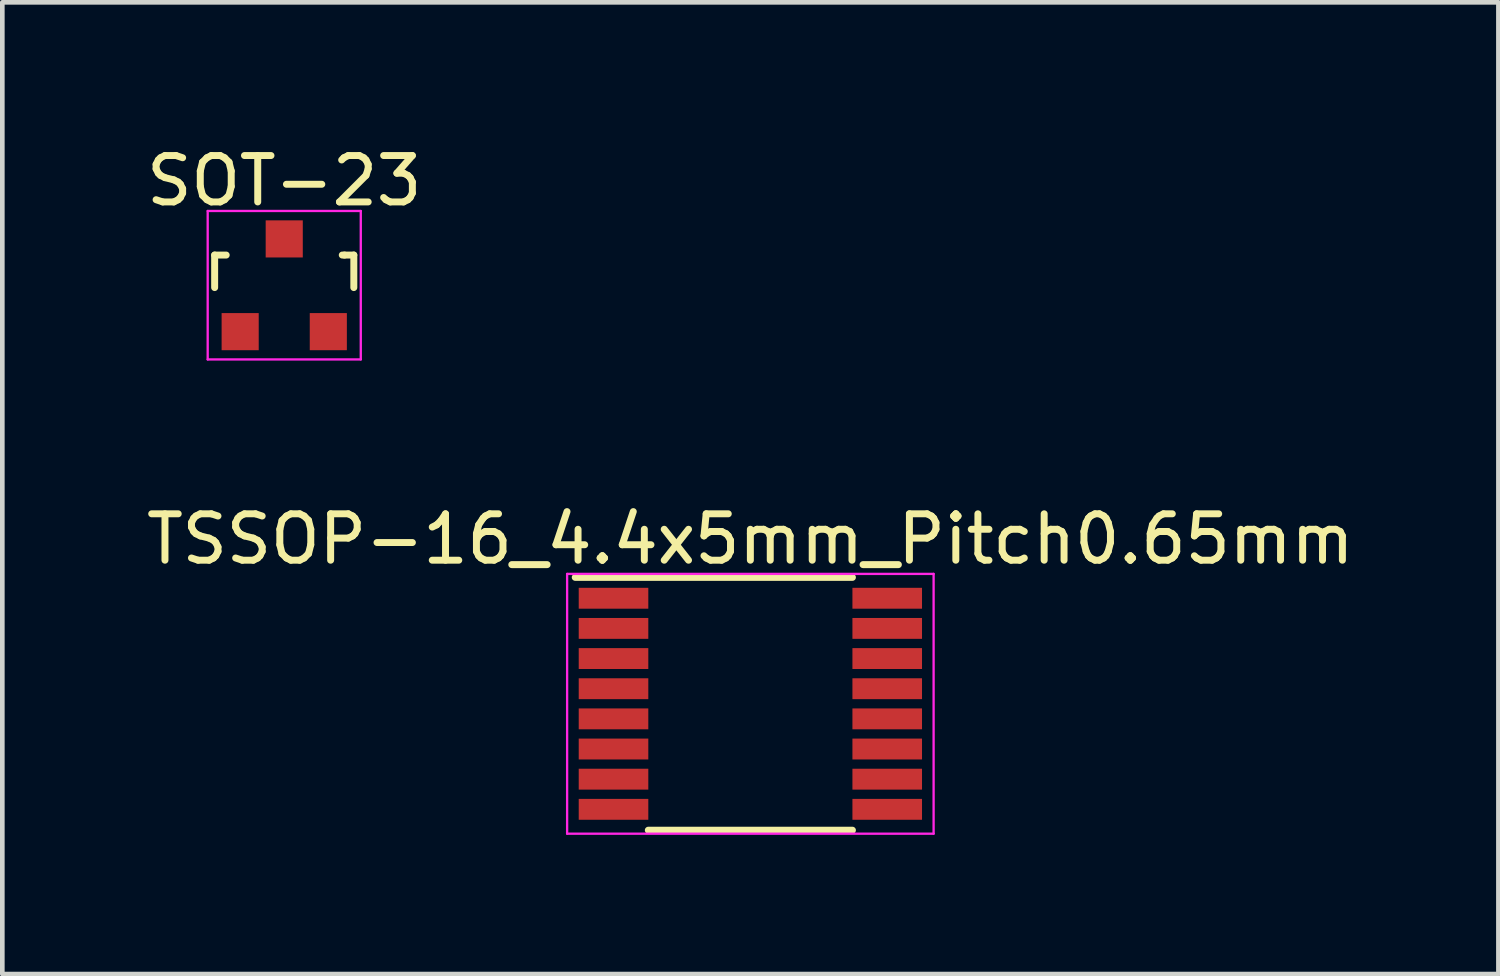
<source format=kicad_pcb>
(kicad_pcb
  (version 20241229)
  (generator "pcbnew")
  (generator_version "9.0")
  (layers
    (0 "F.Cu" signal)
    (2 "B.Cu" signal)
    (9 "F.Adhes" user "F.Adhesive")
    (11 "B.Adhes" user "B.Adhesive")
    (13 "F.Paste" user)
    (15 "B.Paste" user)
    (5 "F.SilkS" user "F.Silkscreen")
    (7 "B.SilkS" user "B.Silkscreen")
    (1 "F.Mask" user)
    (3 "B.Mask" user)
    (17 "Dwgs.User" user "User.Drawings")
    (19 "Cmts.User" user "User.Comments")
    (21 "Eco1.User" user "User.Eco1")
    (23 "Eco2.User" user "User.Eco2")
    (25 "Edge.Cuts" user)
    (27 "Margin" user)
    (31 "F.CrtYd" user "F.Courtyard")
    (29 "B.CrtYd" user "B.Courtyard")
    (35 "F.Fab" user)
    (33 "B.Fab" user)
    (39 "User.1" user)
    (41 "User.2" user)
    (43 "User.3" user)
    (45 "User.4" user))
  (footprint "TSSOP-16_4.4x5mm_Pitch0.65mm"
    (layer "F.Cu")
    (at 13.125 12.121)
    (property "Reference" "TSSOP-16_4.4x5mm_Pitch0.65mm" (at 0 -3.55 0) (layer "F.SilkS") (effects (font (size 1 1) (thickness 0.15))))
    (attr smd)
    (fp_line (start -3.775 -2.725) (end 2.2 -2.725) (stroke (width 0.15) (type solid)) (layer "F.SilkS"))
    (fp_line (start -2.2 2.725) (end 2.2 2.725) (stroke (width 0.15) (type solid)) (layer "F.SilkS"))
    (fp_line (start -3.95 -2.8) (end -3.95 2.8) (stroke (width 0.05) (type solid)) (layer "F.CrtYd"))
    (fp_line (start -3.95 -2.8) (end 3.95 -2.8) (stroke (width 0.05) (type solid)) (layer "F.CrtYd"))
    (fp_line (start -3.95 2.8) (end 3.95 2.8) (stroke (width 0.05) (type solid)) (layer "F.CrtYd"))
    (fp_line (start 3.95 -2.8) (end 3.95 2.8) (stroke (width 0.05) (type solid)) (layer "F.CrtYd"))
    (pad "1" smd rect (at -2.95 -2.275) (size 1.5 0.45) (layers "F.Cu" "F.Mask" "F.Paste"))
    (pad "2" smd rect (at -2.95 -1.625) (size 1.5 0.45) (layers "F.Cu" "F.Mask" "F.Paste"))
    (pad "3" smd rect (at -2.95 -0.975) (size 1.5 0.45) (layers "F.Cu" "F.Mask" "F.Paste"))
    (pad "4" smd rect (at -2.95 -0.325) (size 1.5 0.45) (layers "F.Cu" "F.Mask" "F.Paste"))
    (pad "5" smd rect (at -2.95 0.325) (size 1.5 0.45) (layers "F.Cu" "F.Mask" "F.Paste"))
    (pad "6" smd rect (at -2.95 0.975) (size 1.5 0.45) (layers "F.Cu" "F.Mask" "F.Paste"))
    (pad "7" smd rect (at -2.95 1.625) (size 1.5 0.45) (layers "F.Cu" "F.Mask" "F.Paste"))
    (pad "8" smd rect (at -2.95 2.275) (size 1.5 0.45) (layers "F.Cu" "F.Mask" "F.Paste"))
    (pad "9" smd rect (at 2.95 2.275) (size 1.5 0.45) (layers "F.Cu" "F.Mask" "F.Paste"))
    (pad "10" smd rect (at 2.95 1.625) (size 1.5 0.45) (layers "F.Cu" "F.Mask" "F.Paste"))
    (pad "11" smd rect (at 2.95 0.975) (size 1.5 0.45) (layers "F.Cu" "F.Mask" "F.Paste"))
    (pad "12" smd rect (at 2.95 0.325) (size 1.5 0.45) (layers "F.Cu" "F.Mask" "F.Paste"))
    (pad "13" smd rect (at 2.95 -0.325) (size 1.5 0.45) (layers "F.Cu" "F.Mask" "F.Paste"))
    (pad "14" smd rect (at 2.95 -0.975) (size 1.5 0.45) (layers "F.Cu" "F.Mask" "F.Paste"))
    (pad "15" smd rect (at 2.95 -1.625) (size 1.5 0.45) (layers "F.Cu" "F.Mask" "F.Paste"))
    (pad "16" smd rect (at 2.95 -2.275) (size 1.5 0.45) (layers "F.Cu" "F.Mask" "F.Paste")))
  (footprint "SOT-23"
    (layer "F.Cu")
    (at 3.077 3.098)
    (property "Reference" "SOT-23" (at 0 -2.25 0) (layer "F.SilkS") (effects (font (size 1 1) (thickness 0.15))))
    (attr smd)
    (fp_line (start -1.5 -0.65) (end -1.251 -0.65) (stroke (width 0.15) (type solid)) (layer "F.SilkS"))
    (fp_line (start -1.5 0.051) (end -1.5 -0.65) (stroke (width 0.15) (type solid)) (layer "F.SilkS"))
    (fp_line (start 1.299 -0.65) (end 1.251 -0.65) (stroke (width 0.15) (type solid)) (layer "F.SilkS"))
    (fp_line (start 1.299 -0.65) (end 1.5 -0.65) (stroke (width 0.15) (type solid)) (layer "F.SilkS"))
    (fp_line (start 1.5 -0.65) (end 1.5 0.051) (stroke (width 0.15) (type solid)) (layer "F.SilkS"))
    (fp_line (start -1.65 -1.6) (end 1.65 -1.6) (stroke (width 0.05) (type solid)) (layer "F.CrtYd"))
    (fp_line (start -1.65 1.6) (end -1.65 -1.6) (stroke (width 0.05) (type solid)) (layer "F.CrtYd"))
    (fp_line (start 1.65 -1.6) (end 1.65 1.6) (stroke (width 0.05) (type solid)) (layer "F.CrtYd"))
    (fp_line (start 1.65 1.6) (end -1.65 1.6) (stroke (width 0.05) (type solid)) (layer "F.CrtYd"))
    (pad "2" smd rect (at 0.95 1.001) (size 0.8 0.8) (layers "F.Cu" "F.Mask" "F.Paste"))
    (pad "3" smd rect (at 0 -0.998) (size 0.8 0.8) (layers "F.Cu" "F.Mask" "F.Paste"))
    (pad "D" smd rect (at -0.95 1.001) (size 0.8 0.8) (layers "F.Cu" "F.Mask" "F.Paste")))
  (gr_rect
    (start -3 -3)
    (end 29.25 17.947)
    (stroke (width 0.1) (type default))
    (fill no)
    (layer "Edge.Cuts")))
</source>
